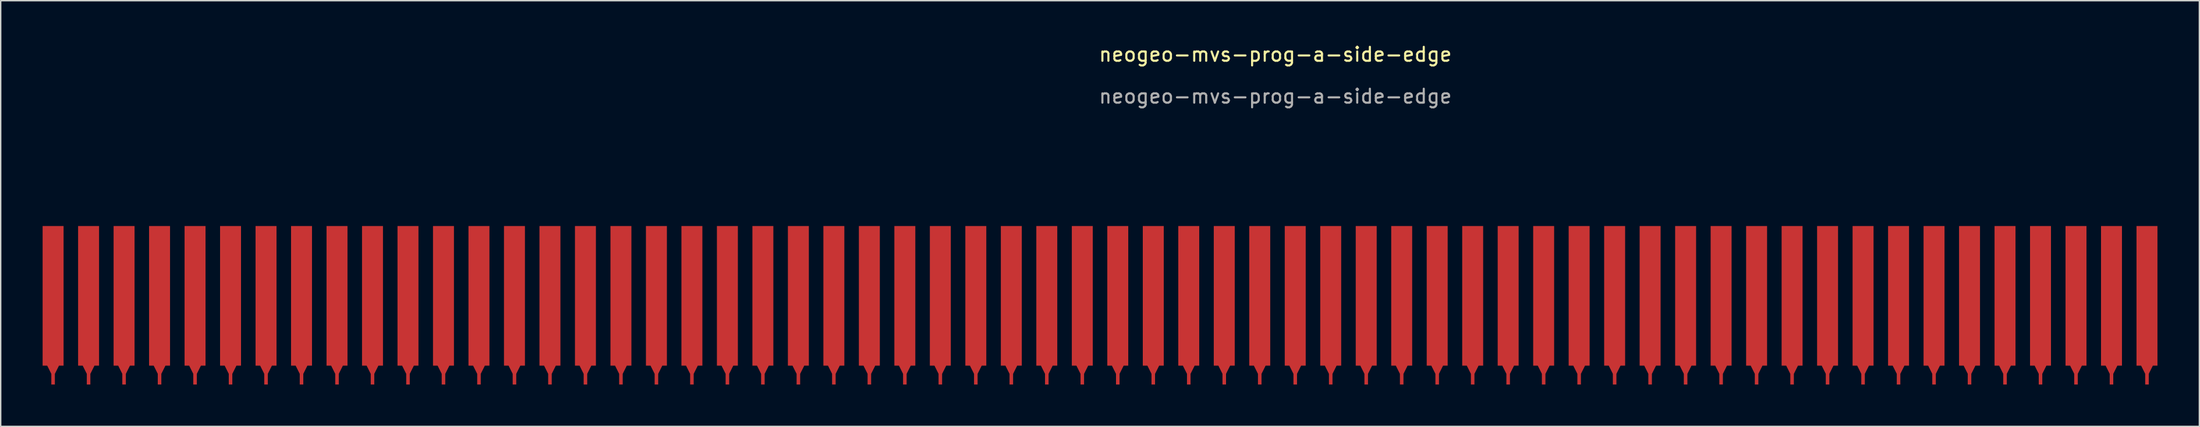
<source format=kicad_pcb>
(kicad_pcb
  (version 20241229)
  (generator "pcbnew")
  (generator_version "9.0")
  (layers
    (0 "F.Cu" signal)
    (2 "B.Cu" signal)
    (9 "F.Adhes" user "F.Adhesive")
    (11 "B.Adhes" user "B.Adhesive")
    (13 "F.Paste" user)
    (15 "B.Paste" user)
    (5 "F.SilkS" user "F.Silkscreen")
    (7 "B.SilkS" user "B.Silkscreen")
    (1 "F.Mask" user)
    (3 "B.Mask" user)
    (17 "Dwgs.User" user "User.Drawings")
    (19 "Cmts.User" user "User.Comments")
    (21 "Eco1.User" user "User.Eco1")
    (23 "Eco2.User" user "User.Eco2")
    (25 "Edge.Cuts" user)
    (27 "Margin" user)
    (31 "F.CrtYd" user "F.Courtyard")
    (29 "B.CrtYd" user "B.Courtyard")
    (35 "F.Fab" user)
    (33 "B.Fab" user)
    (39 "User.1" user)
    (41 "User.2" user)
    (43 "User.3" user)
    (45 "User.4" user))
  (footprint "neogeo-mvs-prog-a-side-edge"
    (layer "F.Cu")
    (at 76.95 18.138)
    (property "Reference" "neogeo-mvs-prog-a-side-edge" (at 11.28 -17.29 0) (unlocked yes) (layer "F.SilkS") (effects (font (size 1 1) (thickness 0.15))))
    (attr smd)
    (fp_text user "${REFERENCE}" (at 11.28 -14.29 0) (unlocked yes) (layer "F.Fab") (effects (font (size 1 1) (thickness 0.15))))
    (pad "1" connect custom (at 73.66 0) (size 1.5 10) (layers "F.Cu" "F.Mask") (options (anchor rect)) (primitives (gr_poly (pts (xy 0 5.842) (xy -0.508 4.826) (xy 0.508 4.826)) (width 0) (fill yes)) (gr_rect (start -0.127 5) (end 0.127 6.35) (width 0) (fill yes))))
    (pad "2" connect custom (at 71.12 0) (size 1.5 10) (layers "F.Cu" "F.Mask") (options (anchor rect)) (primitives (gr_poly (pts (xy 0 5.842) (xy -0.508 4.826) (xy 0.508 4.826)) (width 0) (fill yes)) (gr_rect (start -0.127 5) (end 0.127 6.35) (width 0) (fill yes))))
    (pad "3" connect custom (at 68.58 0) (size 1.5 10) (layers "F.Cu" "F.Mask") (options (anchor rect)) (primitives (gr_poly (pts (xy 0 5.842) (xy -0.508 4.826) (xy 0.508 4.826)) (width 0) (fill yes)) (gr_rect (start -0.127 5) (end 0.127 6.35) (width 0) (fill yes))))
    (pad "4" connect custom (at 66.04 0) (size 1.5 10) (layers "F.Cu" "F.Mask") (options (anchor rect)) (primitives (gr_poly (pts (xy 0 5.842) (xy -0.508 4.826) (xy 0.508 4.826)) (width 0) (fill yes)) (gr_rect (start -0.127 5) (end 0.127 6.35) (width 0) (fill yes))))
    (pad "5" connect custom (at 63.5 0) (size 1.5 10) (layers "F.Cu" "F.Mask") (options (anchor rect)) (primitives (gr_poly (pts (xy 0 5.842) (xy -0.508 4.826) (xy 0.508 4.826)) (width 0) (fill yes)) (gr_rect (start -0.127 5) (end 0.127 6.35) (width 0) (fill yes))))
    (pad "6" connect custom (at 60.96 0) (size 1.5 10) (layers "F.Cu" "F.Mask") (options (anchor rect)) (primitives (gr_poly (pts (xy 0 5.842) (xy -0.508 4.826) (xy 0.508 4.826)) (width 0) (fill yes)) (gr_rect (start -0.127 5) (end 0.127 6.35) (width 0) (fill yes))))
    (pad "7" connect custom (at 58.42 0) (size 1.5 10) (layers "F.Cu" "F.Mask") (options (anchor rect)) (primitives (gr_poly (pts (xy 0 5.842) (xy -0.508 4.826) (xy 0.508 4.826)) (width 0) (fill yes)) (gr_rect (start -0.127 5) (end 0.127 6.35) (width 0) (fill yes))))
    (pad "8" connect custom (at 55.88 0) (size 1.5 10) (layers "F.Cu" "F.Mask") (options (anchor rect)) (primitives (gr_poly (pts (xy 0 5.842) (xy -0.508 4.826) (xy 0.508 4.826)) (width 0) (fill yes)) (gr_rect (start -0.127 5) (end 0.127 6.35) (width 0) (fill yes))))
    (pad "9" connect custom (at 53.34 0) (size 1.5 10) (layers "F.Cu" "F.Mask") (options (anchor rect)) (primitives (gr_poly (pts (xy 0 5.842) (xy -0.508 4.826) (xy 0.508 4.826)) (width 0) (fill yes)) (gr_rect (start -0.127 5) (end 0.127 6.35) (width 0) (fill yes))))
    (pad "10" connect custom (at 50.8 0) (size 1.5 10) (layers "F.Cu" "F.Mask") (options (anchor rect)) (primitives (gr_poly (pts (xy 0 5.842) (xy -0.508 4.826) (xy 0.508 4.826)) (width 0) (fill yes)) (gr_rect (start -0.127 5) (end 0.127 6.35) (width 0) (fill yes))))
    (pad "11" connect custom (at 48.26 0) (size 1.5 10) (layers "F.Cu" "F.Mask") (options (anchor rect)) (primitives (gr_poly (pts (xy 0 5.842) (xy -0.508 4.826) (xy 0.508 4.826)) (width 0) (fill yes)) (gr_rect (start -0.127 5) (end 0.127 6.35) (width 0) (fill yes))))
    (pad "12" connect custom (at 45.72 0) (size 1.5 10) (layers "F.Cu" "F.Mask") (options (anchor rect)) (primitives (gr_poly (pts (xy 0 5.842) (xy -0.508 4.826) (xy 0.508 4.826)) (width 0) (fill yes)) (gr_rect (start -0.127 5) (end 0.127 6.35) (width 0) (fill yes))))
    (pad "13" connect custom (at 43.18 0) (size 1.5 10) (layers "F.Cu" "F.Mask") (options (anchor rect)) (primitives (gr_poly (pts (xy 0 5.842) (xy -0.508 4.826) (xy 0.508 4.826)) (width 0) (fill yes)) (gr_rect (start -0.127 5) (end 0.127 6.35) (width 0) (fill yes))))
    (pad "14" connect custom (at 40.64 0) (size 1.5 10) (layers "F.Cu" "F.Mask") (options (anchor rect)) (primitives (gr_poly (pts (xy 0 5.842) (xy -0.508 4.826) (xy 0.508 4.826)) (width 0) (fill yes)) (gr_rect (start -0.127 5) (end 0.127 6.35) (width 0) (fill yes))))
    (pad "15" connect custom (at 38.1 0) (size 1.5 10) (layers "F.Cu" "F.Mask") (options (anchor rect)) (primitives (gr_poly (pts (xy 0 5.842) (xy -0.508 4.826) (xy 0.508 4.826)) (width 0) (fill yes)) (gr_rect (start -0.127 5) (end 0.127 6.35) (width 0) (fill yes))))
    (pad "16" connect custom (at 35.56 0) (size 1.5 10) (layers "F.Cu" "F.Mask") (options (anchor rect)) (primitives (gr_poly (pts (xy 0 5.842) (xy -0.508 4.826) (xy 0.508 4.826)) (width 0) (fill yes)) (gr_rect (start -0.127 5) (end 0.127 6.35) (width 0) (fill yes))))
    (pad "17" connect custom (at 33.02 0) (size 1.5 10) (layers "F.Cu" "F.Mask") (options (anchor rect)) (primitives (gr_poly (pts (xy 0 5.842) (xy -0.508 4.826) (xy 0.508 4.826)) (width 0) (fill yes)) (gr_rect (start -0.127 5) (end 0.127 6.35) (width 0) (fill yes))))
    (pad "18" connect custom (at 30.48 0) (size 1.5 10) (layers "F.Cu" "F.Mask") (options (anchor rect)) (primitives (gr_poly (pts (xy 0 5.842) (xy -0.508 4.826) (xy 0.508 4.826)) (width 0) (fill yes)) (gr_rect (start -0.127 5) (end 0.127 6.35) (width 0) (fill yes))))
    (pad "19" connect custom (at 27.94 0) (size 1.5 10) (layers "F.Cu" "F.Mask") (options (anchor rect)) (primitives (gr_poly (pts (xy 0 5.842) (xy -0.508 4.826) (xy 0.508 4.826)) (width 0) (fill yes)) (gr_rect (start -0.127 5) (end 0.127 6.35) (width 0) (fill yes))))
    (pad "20" connect custom (at 25.4 0) (size 1.5 10) (layers "F.Cu" "F.Mask") (options (anchor rect)) (primitives (gr_poly (pts (xy 0 5.842) (xy -0.508 4.826) (xy 0.508 4.826)) (width 0) (fill yes)) (gr_rect (start -0.127 5) (end 0.127 6.35) (width 0) (fill yes))))
    (pad "21" connect custom (at 22.86 0) (size 1.5 10) (layers "F.Cu" "F.Mask") (options (anchor rect)) (primitives (gr_poly (pts (xy 0 5.842) (xy -0.508 4.826) (xy 0.508 4.826)) (width 0) (fill yes)) (gr_rect (start -0.127 5) (end 0.127 6.35) (width 0) (fill yes))))
    (pad "22" connect custom (at 20.32 0) (size 1.5 10) (layers "F.Cu" "F.Mask") (options (anchor rect)) (primitives (gr_poly (pts (xy 0 5.842) (xy -0.508 4.826) (xy 0.508 4.826)) (width 0) (fill yes)) (gr_rect (start -0.127 5) (end 0.127 6.35) (width 0) (fill yes))))
    (pad "23" connect custom (at 17.78 0) (size 1.5 10) (layers "F.Cu" "F.Mask") (options (anchor rect)) (primitives (gr_poly (pts (xy 0 5.842) (xy -0.508 4.826) (xy 0.508 4.826)) (width 0) (fill yes)) (gr_rect (start -0.127 5) (end 0.127 6.35) (width 0) (fill yes))))
    (pad "24" connect custom (at 15.24 0) (size 1.5 10) (layers "F.Cu" "F.Mask") (options (anchor rect)) (primitives (gr_poly (pts (xy 0 5.842) (xy -0.508 4.826) (xy 0.508 4.826)) (width 0) (fill yes)) (gr_rect (start -0.127 5) (end 0.127 6.35) (width 0) (fill yes))))
    (pad "25" connect custom (at 12.7 0) (size 1.5 10) (layers "F.Cu" "F.Mask") (options (anchor rect)) (primitives (gr_poly (pts (xy 0 5.842) (xy -0.508 4.826) (xy 0.508 4.826)) (width 0) (fill yes)) (gr_rect (start -0.127 5) (end 0.127 6.35) (width 0) (fill yes))))
    (pad "26" connect custom (at 10.16 0) (size 1.5 10) (layers "F.Cu" "F.Mask") (options (anchor rect)) (primitives (gr_poly (pts (xy 0 5.842) (xy -0.508 4.826) (xy 0.508 4.826)) (width 0) (fill yes)) (gr_rect (start -0.127 5) (end 0.127 6.35) (width 0) (fill yes))))
    (pad "27" connect custom (at 7.62 0) (size 1.5 10) (layers "F.Cu" "F.Mask") (options (anchor rect)) (primitives (gr_poly (pts (xy 0 5.842) (xy -0.508 4.826) (xy 0.508 4.826)) (width 0) (fill yes)) (gr_rect (start -0.127 5) (end 0.127 6.35) (width 0) (fill yes))))
    (pad "28" connect custom (at 5.08 0) (size 1.5 10) (layers "F.Cu" "F.Mask") (options (anchor rect)) (primitives (gr_poly (pts (xy 0 5.842) (xy -0.508 4.826) (xy 0.508 4.826)) (width 0) (fill yes)) (gr_rect (start -0.127 5) (end 0.127 6.35) (width 0) (fill yes))))
    (pad "29" connect custom (at 2.54 0) (size 1.5 10) (layers "F.Cu" "F.Mask") (options (anchor rect)) (primitives (gr_poly (pts (xy 0 5.842) (xy -0.508 4.826) (xy 0.508 4.826)) (width 0) (fill yes)) (gr_rect (start -0.127 5) (end 0.127 6.35) (width 0) (fill yes))))
    (pad "30" connect custom (at 0 0) (size 1.5 10) (layers "F.Cu" "F.Mask") (options (anchor rect)) (primitives (gr_poly (pts (xy 0 5.842) (xy -0.508 4.826) (xy 0.508 4.826)) (width 0) (fill yes)) (gr_rect (start -0.127 5) (end 0.127 6.35) (width 0) (fill yes))))
    (pad "31" connect custom (at -2.54 0) (size 1.5 10) (layers "F.Cu" "F.Mask") (options (anchor rect)) (primitives (gr_poly (pts (xy 0 5.842) (xy -0.508 4.826) (xy 0.508 4.826)) (width 0) (fill yes)) (gr_rect (start -0.127 5) (end 0.127 6.35) (width 0) (fill yes))))
    (pad "32" connect custom (at -5.08 0) (size 1.5 10) (layers "F.Cu" "F.Mask") (options (anchor rect)) (primitives (gr_poly (pts (xy 0 5.842) (xy -0.508 4.826) (xy 0.508 4.826)) (width 0) (fill yes)) (gr_rect (start -0.127 5) (end 0.127 6.35) (width 0) (fill yes))))
    (pad "33" connect custom (at -7.62 0) (size 1.5 10) (layers "F.Cu" "F.Mask") (options (anchor rect)) (primitives (gr_poly (pts (xy 0 5.842) (xy -0.508 4.826) (xy 0.508 4.826)) (width 0) (fill yes)) (gr_rect (start -0.127 5) (end 0.127 6.35) (width 0) (fill yes))))
    (pad "34" connect custom (at -10.16 0) (size 1.5 10) (layers "F.Cu" "F.Mask") (options (anchor rect)) (primitives (gr_poly (pts (xy 0 5.842) (xy -0.508 4.826) (xy 0.508 4.826)) (width 0) (fill yes)) (gr_rect (start -0.127 5) (end 0.127 6.35) (width 0) (fill yes))))
    (pad "35" connect custom (at -12.7 0) (size 1.5 10) (layers "F.Cu" "F.Mask") (options (anchor rect)) (primitives (gr_poly (pts (xy 0 5.842) (xy -0.508 4.826) (xy 0.508 4.826)) (width 0) (fill yes)) (gr_rect (start -0.127 5) (end 0.127 6.35) (width 0) (fill yes))))
    (pad "36" connect custom (at -15.24 0) (size 1.5 10) (layers "F.Cu" "F.Mask") (options (anchor rect)) (primitives (gr_poly (pts (xy 0 5.842) (xy -0.508 4.826) (xy 0.508 4.826)) (width 0) (fill yes)) (gr_rect (start -0.127 5) (end 0.127 6.35) (width 0) (fill yes))))
    (pad "37" connect custom (at -17.78 0) (size 1.5 10) (layers "F.Cu" "F.Mask") (options (anchor rect)) (primitives (gr_poly (pts (xy 0 5.842) (xy -0.508 4.826) (xy 0.508 4.826)) (width 0) (fill yes)) (gr_rect (start -0.127 5) (end 0.127 6.35) (width 0) (fill yes))))
    (pad "38" connect custom (at -20.32 0) (size 1.5 10) (layers "F.Cu" "F.Mask") (options (anchor rect)) (primitives (gr_poly (pts (xy 0 5.842) (xy -0.508 4.826) (xy 0.508 4.826)) (width 0) (fill yes)) (gr_rect (start -0.127 5) (end 0.127 6.35) (width 0) (fill yes))))
    (pad "39" connect custom (at -22.86 0) (size 1.5 10) (layers "F.Cu" "F.Mask") (options (anchor rect)) (primitives (gr_poly (pts (xy 0 5.842) (xy -0.508 4.826) (xy 0.508 4.826)) (width 0) (fill yes)) (gr_rect (start -0.127 5) (end 0.127 6.35) (width 0) (fill yes))))
    (pad "40" connect custom (at -25.4 0) (size 1.5 10) (layers "F.Cu" "F.Mask") (options (anchor rect)) (primitives (gr_poly (pts (xy 0 5.842) (xy -0.508 4.826) (xy 0.508 4.826)) (width 0) (fill yes)) (gr_rect (start -0.127 5) (end 0.127 6.35) (width 0) (fill yes))))
    (pad "41" connect custom (at -27.94 0) (size 1.5 10) (layers "F.Cu" "F.Mask") (options (anchor rect)) (primitives (gr_poly (pts (xy 0 5.842) (xy -0.508 4.826) (xy 0.508 4.826)) (width 0) (fill yes)) (gr_rect (start -0.127 5) (end 0.127 6.35) (width 0) (fill yes))))
    (pad "42" connect custom (at -30.48 0) (size 1.5 10) (layers "F.Cu" "F.Mask") (options (anchor rect)) (primitives (gr_poly (pts (xy 0 5.842) (xy -0.508 4.826) (xy 0.508 4.826)) (width 0) (fill yes)) (gr_rect (start -0.127 5) (end 0.127 6.35) (width 0) (fill yes))))
    (pad "43" connect custom (at -33.02 0) (size 1.5 10) (layers "F.Cu" "F.Mask") (options (anchor rect)) (primitives (gr_poly (pts (xy 0 5.842) (xy -0.508 4.826) (xy 0.508 4.826)) (width 0) (fill yes)) (gr_rect (start -0.127 5) (end 0.127 6.35) (width 0) (fill yes))))
    (pad "44" connect custom (at -35.56 0) (size 1.5 10) (layers "F.Cu" "F.Mask") (options (anchor rect)) (primitives (gr_poly (pts (xy 0 5.842) (xy -0.508 4.826) (xy 0.508 4.826)) (width 0) (fill yes)) (gr_rect (start -0.127 5) (end 0.127 6.35) (width 0) (fill yes))))
    (pad "45" connect custom (at -38.1 0) (size 1.5 10) (layers "F.Cu" "F.Mask") (options (anchor rect)) (primitives (gr_poly (pts (xy 0 5.842) (xy -0.508 4.826) (xy 0.508 4.826)) (width 0) (fill yes)) (gr_rect (start -0.127 5) (end 0.127 6.35) (width 0) (fill yes))))
    (pad "46" connect custom (at -40.64 0) (size 1.5 10) (layers "F.Cu" "F.Mask") (options (anchor rect)) (primitives (gr_poly (pts (xy 0 5.842) (xy -0.508 4.826) (xy 0.508 4.826)) (width 0) (fill yes)) (gr_rect (start -0.127 5) (end 0.127 6.35) (width 0) (fill yes))))
    (pad "47" connect custom (at -43.18 0) (size 1.5 10) (layers "F.Cu" "F.Mask") (options (anchor rect)) (primitives (gr_poly (pts (xy 0 5.842) (xy -0.508 4.826) (xy 0.508 4.826)) (width 0) (fill yes)) (gr_rect (start -0.127 5) (end 0.127 6.35) (width 0) (fill yes))))
    (pad "48" connect custom (at -45.72 0) (size 1.5 10) (layers "F.Cu" "F.Mask") (options (anchor rect)) (primitives (gr_poly (pts (xy 0 5.842) (xy -0.508 4.826) (xy 0.508 4.826)) (width 0) (fill yes)) (gr_rect (start -0.127 5) (end 0.127 6.35) (width 0) (fill yes))))
    (pad "49" connect custom (at -48.26 0) (size 1.5 10) (layers "F.Cu" "F.Mask") (options (anchor rect)) (primitives (gr_poly (pts (xy 0 5.842) (xy -0.508 4.826) (xy 0.508 4.826)) (width 0) (fill yes)) (gr_rect (start -0.127 5) (end 0.127 6.35) (width 0) (fill yes))))
    (pad "50" connect custom (at -50.8 0) (size 1.5 10) (layers "F.Cu" "F.Mask") (options (anchor rect)) (primitives (gr_poly (pts (xy 0 5.842) (xy -0.508 4.826) (xy 0.508 4.826)) (width 0) (fill yes)) (gr_rect (start -0.127 5) (end 0.127 6.35) (width 0) (fill yes))))
    (pad "51" connect custom (at -53.34 0) (size 1.5 10) (layers "F.Cu" "F.Mask") (options (anchor rect)) (primitives (gr_poly (pts (xy 0 5.842) (xy -0.508 4.826) (xy 0.508 4.826)) (width 0) (fill yes)) (gr_rect (start -0.127 5) (end 0.127 6.35) (width 0) (fill yes))))
    (pad "52" connect custom (at -55.88 0) (size 1.5 10) (layers "F.Cu" "F.Mask") (options (anchor rect)) (primitives (gr_poly (pts (xy 0 5.842) (xy -0.508 4.826) (xy 0.508 4.826)) (width 0) (fill yes)) (gr_rect (start -0.127 5) (end 0.127 6.35) (width 0) (fill yes))))
    (pad "53" connect custom (at -58.42 0) (size 1.5 10) (layers "F.Cu" "F.Mask") (options (anchor rect)) (primitives (gr_poly (pts (xy 0 5.842) (xy -0.508 4.826) (xy 0.508 4.826)) (width 0) (fill yes)) (gr_rect (start -0.127 5) (end 0.127 6.35) (width 0) (fill yes))))
    (pad "54" connect custom (at -60.96 0) (size 1.5 10) (layers "F.Cu" "F.Mask") (options (anchor rect)) (primitives (gr_poly (pts (xy 0 5.842) (xy -0.508 4.826) (xy 0.508 4.826)) (width 0) (fill yes)) (gr_rect (start -0.127 5) (end 0.127 6.35) (width 0) (fill yes))))
    (pad "55" connect custom (at -63.5 0) (size 1.5 10) (layers "F.Cu" "F.Mask") (options (anchor rect)) (primitives (gr_poly (pts (xy 0 5.842) (xy -0.508 4.826) (xy 0.508 4.826)) (width 0) (fill yes)) (gr_rect (start -0.127 5) (end 0.127 6.35) (width 0) (fill yes))))
    (pad "56" connect custom (at -66.04 0) (size 1.5 10) (layers "F.Cu" "F.Mask") (options (anchor rect)) (primitives (gr_poly (pts (xy 0 5.842) (xy -0.508 4.826) (xy 0.508 4.826)) (width 0) (fill yes)) (gr_rect (start -0.127 5) (end 0.127 6.35) (width 0) (fill yes))))
    (pad "57" connect custom (at -68.58 0) (size 1.5 10) (layers "F.Cu" "F.Mask") (options (anchor rect)) (primitives (gr_poly (pts (xy 0 5.842) (xy -0.508 4.826) (xy 0.508 4.826)) (width 0) (fill yes)) (gr_rect (start -0.127 5) (end 0.127 6.35) (width 0) (fill yes))))
    (pad "58" connect custom (at -71.12 0) (size 1.5 10) (layers "F.Cu" "F.Mask") (options (anchor rect)) (primitives (gr_poly (pts (xy 0 5.842) (xy -0.508 4.826) (xy 0.508 4.826)) (width 0) (fill yes)) (gr_rect (start -0.127 5) (end 0.127 6.35) (width 0) (fill yes))))
    (pad "59" connect custom (at -73.66 0) (size 1.5 10) (layers "F.Cu" "F.Mask") (options (anchor rect)) (primitives (gr_poly (pts (xy 0 5.842) (xy -0.508 4.826) (xy 0.508 4.826)) (width 0) (fill yes)) (gr_rect (start -0.127 5) (end 0.127 6.35) (width 0) (fill yes))))
    (pad "60" connect custom (at -76.2 0) (size 1.5 10) (layers "F.Cu" "F.Mask") (options (anchor rect)) (primitives (gr_poly (pts (xy 0 5.842) (xy -0.508 4.826) (xy 0.508 4.826)) (width 0) (fill yes)) (gr_rect (start -0.127 5) (end 0.127 6.35) (width 0) (fill yes)))))
  (gr_rect
    (start -3 -3)
    (end 154.36 27.488)
    (stroke (width 0.1) (type default))
    (fill no)
    (layer "Edge.Cuts")))
</source>
